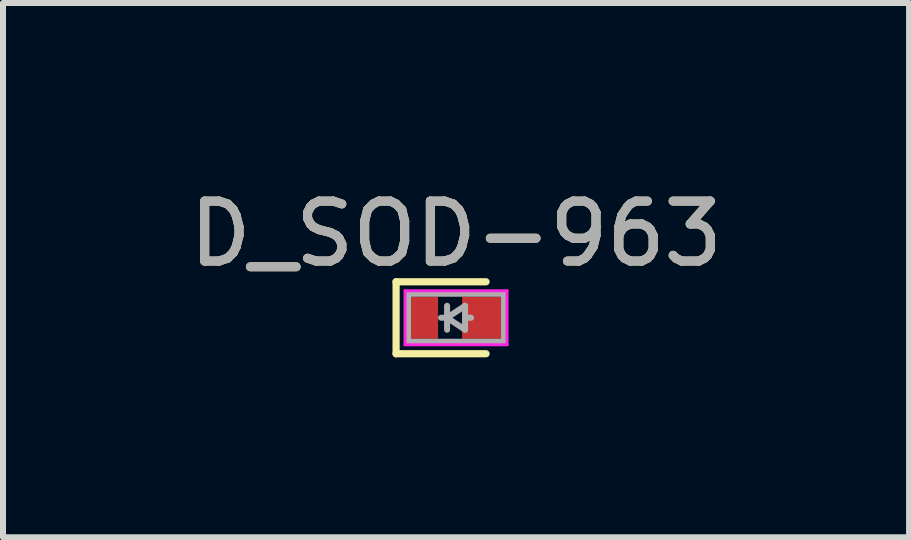
<source format=kicad_pcb>
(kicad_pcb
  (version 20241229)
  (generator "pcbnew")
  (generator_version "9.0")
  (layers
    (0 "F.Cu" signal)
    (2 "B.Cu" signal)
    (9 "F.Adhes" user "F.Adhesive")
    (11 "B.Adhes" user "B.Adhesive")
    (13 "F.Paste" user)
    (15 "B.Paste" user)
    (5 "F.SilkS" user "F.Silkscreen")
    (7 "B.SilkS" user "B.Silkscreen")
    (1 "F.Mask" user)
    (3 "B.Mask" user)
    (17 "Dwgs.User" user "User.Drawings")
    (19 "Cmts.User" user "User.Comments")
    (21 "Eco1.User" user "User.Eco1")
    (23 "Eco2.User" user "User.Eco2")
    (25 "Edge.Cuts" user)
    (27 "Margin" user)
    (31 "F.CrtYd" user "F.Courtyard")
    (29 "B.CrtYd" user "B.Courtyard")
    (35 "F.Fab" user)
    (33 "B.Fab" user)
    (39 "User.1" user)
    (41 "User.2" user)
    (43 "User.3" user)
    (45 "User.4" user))
  (footprint "D_SOD-963"
    (layer "F.Cu")
    (at 4.554 2.248)
    (property "Reference" "D_SOD-963" (at 0 -1.4 0) (layer "F.SilkS") (effects (font (size 1 1) (thickness 0.15))))
    (attr smd)
    (fp_line (start -1 -0.6) (end -1 0.6) (stroke (width 0.12) (type solid)) (layer "F.SilkS"))
    (fp_line (start 0.5 -0.6) (end -1 -0.6) (stroke (width 0.12) (type solid)) (layer "F.SilkS"))
    (fp_line (start 0.5 0.6) (end -1 0.6) (stroke (width 0.12) (type solid)) (layer "F.SilkS"))
    (fp_line (start -0.85 -0.45) (end -0.85 0.45) (stroke (width 0.05) (type solid)) (layer "F.CrtYd"))
    (fp_line (start -0.85 -0.45) (end 0.85 -0.45) (stroke (width 0.05) (type solid)) (layer "F.CrtYd"))
    (fp_line (start 0.85 -0.45) (end 0.85 0.45) (stroke (width 0.05) (type solid)) (layer "F.CrtYd"))
    (fp_line (start 0.85 0.45) (end -0.85 0.45) (stroke (width 0.05) (type solid)) (layer "F.CrtYd"))
    (fp_line (start -0.8 -0.4) (end 0.8 -0.4) (stroke (width 0.1) (type solid)) (layer "F.Fab"))
    (fp_line (start -0.8 0.4) (end -0.8 -0.4) (stroke (width 0.1) (type solid)) (layer "F.Fab"))
    (fp_line (start -0.15 0) (end -0.25 0) (stroke (width 0.1) (type solid)) (layer "F.Fab"))
    (fp_line (start -0.15 0) (end 0.15 0.2) (stroke (width 0.1) (type solid)) (layer "F.Fab"))
    (fp_line (start -0.15 0.2) (end -0.15 -0.2) (stroke (width 0.1) (type solid)) (layer "F.Fab"))
    (fp_line (start 0.15 -0.2) (end -0.15 0) (stroke (width 0.1) (type solid)) (layer "F.Fab"))
    (fp_line (start 0.15 0) (end 0.25 0) (stroke (width 0.1) (type solid)) (layer "F.Fab"))
    (fp_line (start 0.15 0.2) (end 0.15 -0.2) (stroke (width 0.1) (type solid)) (layer "F.Fab"))
    (fp_line (start 0.8 -0.4) (end 0.8 0.4) (stroke (width 0.1) (type solid)) (layer "F.Fab"))
    (fp_line (start 0.8 0.4) (end -0.8 0.4) (stroke (width 0.1) (type solid)) (layer "F.Fab"))
    (fp_text user "${REFERENCE}" (at 0 -1.4 0) (layer "F.Fab") (effects (font (size 1 1) (thickness 0.15))))
    (pad "1" smd rect (at -0.525 0 180) (size 0.45 0.7) (layers "F.Cu" "F.Mask" "F.Paste"))
    (pad "2" smd rect (at 0.425 0 180) (size 0.65 0.7) (layers "F.Cu" "F.Mask" "F.Paste")))
  (gr_rect
    (start -3 -3)
    (end 12.107 5.908)
    (stroke (width 0.1) (type default))
    (fill no)
    (layer "Edge.Cuts")))
</source>
